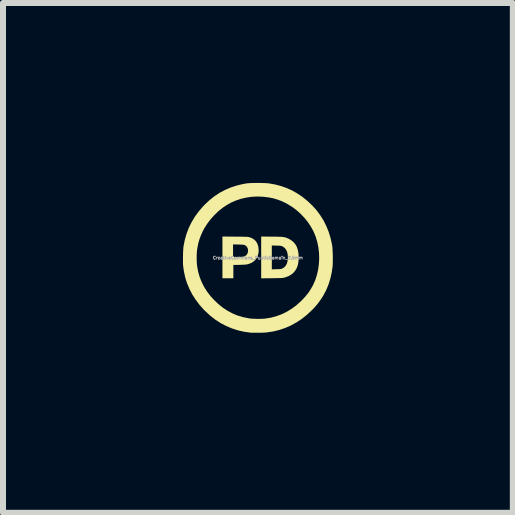
<source format=kicad_pcb>
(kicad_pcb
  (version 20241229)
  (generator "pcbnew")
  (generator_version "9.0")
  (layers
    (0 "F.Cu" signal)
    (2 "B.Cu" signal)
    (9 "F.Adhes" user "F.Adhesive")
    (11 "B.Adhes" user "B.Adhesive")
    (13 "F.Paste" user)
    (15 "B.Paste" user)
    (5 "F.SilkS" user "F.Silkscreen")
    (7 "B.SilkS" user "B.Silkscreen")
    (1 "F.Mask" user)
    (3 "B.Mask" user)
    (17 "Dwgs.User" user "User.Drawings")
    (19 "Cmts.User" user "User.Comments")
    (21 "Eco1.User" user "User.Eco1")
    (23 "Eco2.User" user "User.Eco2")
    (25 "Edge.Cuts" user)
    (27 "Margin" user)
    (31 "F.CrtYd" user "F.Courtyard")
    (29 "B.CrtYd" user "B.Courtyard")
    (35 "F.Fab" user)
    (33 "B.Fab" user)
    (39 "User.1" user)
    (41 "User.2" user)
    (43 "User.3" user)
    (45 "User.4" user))
  (footprint "CreativeCommons_PublicDomain_2.5mm"
    (layer "F.Cu")
    (at 1.249 1.248)
    (property "Reference" "CreativeCommons_PublicDomain_2.5mm" (at 0 0 0) (layer "F.Fab") (effects (font (size 0.05 0.05) (thickness 0.013))))
    (attr board_only exclude_from_pos_files exclude_from_bom)
    (fp_poly (pts (xy -0.381 -0.353) (xy -0.33 -0.353) (xy -0.288 -0.353) (xy -0.253 -0.352) (xy -0.225 -0.351) (xy -0.202 -0.351) (xy -0.184 -0.35) (xy -0.17 -0.349) (xy -0.159 -0.347) (xy -0.15 -0.346) (xy -0.143 -0.344) (xy -0.1 -0.328) (xy -0.065 -0.307) (xy -0.037 -0.28) (xy -0.015 -0.248) (xy 0.001 -0.209) (xy 0.008 -0.18) (xy 0.013 -0.132) (xy 0.011 -0.086) (xy 0.001 -0.043) (xy -0.016 -0.003) (xy -0.04 0.031) (xy -0.07 0.06) (xy -0.104 0.082) (xy -0.125 0.091) (xy -0.144 0.099) (xy -0.164 0.105) (xy -0.185 0.11) (xy -0.21 0.113) (xy -0.24 0.115) (xy -0.276 0.116) (xy -0.303 0.117) (xy -0.409 0.119) (xy -0.409 0.341) (xy -0.591 0.341) (xy -0.591 -0.224) (xy -0.414 -0.224) (xy -0.414 -0.013) (xy -0.326 -0.014) (xy -0.295 -0.015) (xy -0.272 -0.016) (xy -0.255 -0.017) (xy -0.243 -0.018) (xy -0.234 -0.02) (xy -0.226 -0.023) (xy -0.217 -0.027) (xy -0.216 -0.028) (xy -0.194 -0.043) (xy -0.178 -0.064) (xy -0.168 -0.088) (xy -0.164 -0.114) (xy -0.165 -0.141) (xy -0.173 -0.165) (xy -0.186 -0.187) (xy -0.206 -0.205) (xy -0.219 -0.212) (xy -0.228 -0.215) (xy -0.239 -0.217) (xy -0.254 -0.219) (xy -0.274 -0.22) (xy -0.301 -0.221) (xy -0.326 -0.222) (xy -0.414 -0.224) (xy -0.591 -0.224) (xy -0.591 -0.355)) (stroke (width 0) (type solid)) (fill yes) (layer "F.SilkS"))
    (fp_poly (pts (xy 0.233 -0.353) (xy 0.283 -0.353) (xy 0.325 -0.352) (xy 0.36 -0.351) (xy 0.389 -0.35) (xy 0.413 -0.348) (xy 0.434 -0.345) (xy 0.452 -0.341) (xy 0.468 -0.337) (xy 0.484 -0.331) (xy 0.501 -0.323) (xy 0.519 -0.315) (xy 0.522 -0.313) (xy 0.557 -0.292) (xy 0.589 -0.266) (xy 0.617 -0.236) (xy 0.638 -0.204) (xy 0.64 -0.201) (xy 0.656 -0.163) (xy 0.669 -0.118) (xy 0.677 -0.069) (xy 0.68 -0.017) (xy 0.679 0.035) (xy 0.673 0.086) (xy 0.666 0.12) (xy 0.649 0.168) (xy 0.625 0.21) (xy 0.594 0.248) (xy 0.556 0.279) (xy 0.511 0.305) (xy 0.46 0.325) (xy 0.448 0.328) (xy 0.438 0.331) (xy 0.428 0.333) (xy 0.418 0.334) (xy 0.405 0.336) (xy 0.39 0.337) (xy 0.371 0.338) (xy 0.346 0.338) (xy 0.316 0.339) (xy 0.278 0.339) (xy 0.233 0.34) (xy 0.055 0.342) (xy 0.055 -0.205) (xy 0.232 -0.205) (xy 0.232 0.192) (xy 0.308 0.19) (xy 0.337 0.189) (xy 0.358 0.189) (xy 0.374 0.187) (xy 0.386 0.185) (xy 0.396 0.183) (xy 0.406 0.179) (xy 0.407 0.178) (xy 0.438 0.159) (xy 0.462 0.134) (xy 0.481 0.102) (xy 0.493 0.063) (xy 0.499 0.018) (xy 0.5 -0.007) (xy 0.497 -0.055) (xy 0.488 -0.097) (xy 0.472 -0.132) (xy 0.451 -0.161) (xy 0.423 -0.183) (xy 0.407 -0.192) (xy 0.397 -0.196) (xy 0.387 -0.198) (xy 0.375 -0.201) (xy 0.36 -0.202) (xy 0.338 -0.203) (xy 0.31 -0.204) (xy 0.308 -0.204) (xy 0.232 -0.205) (xy 0.055 -0.205) (xy 0.055 -0.355)) (stroke (width 0) (type solid)) (fill yes) (layer "F.SilkS"))
    (fp_poly (pts (xy 0.033 -1.248) (xy 0.074 -1.247) (xy 0.114 -1.246) (xy 0.148 -1.244) (xy 0.177 -1.242) (xy 0.195 -1.239) (xy 0.298 -1.22) (xy 0.394 -1.194) (xy 0.486 -1.161) (xy 0.573 -1.121) (xy 0.656 -1.074) (xy 0.737 -1.02) (xy 0.745 -1.014) (xy 0.831 -0.944) (xy 0.909 -0.87) (xy 0.979 -0.792) (xy 1.041 -0.708) (xy 1.096 -0.62) (xy 1.142 -0.527) (xy 1.181 -0.43) (xy 1.212 -0.329) (xy 1.235 -0.223) (xy 1.239 -0.2) (xy 1.242 -0.175) (xy 1.244 -0.144) (xy 1.246 -0.107) (xy 1.248 -0.066) (xy 1.249 -0.024) (xy 1.249 0.019) (xy 1.249 0.059) (xy 1.248 0.095) (xy 1.247 0.126) (xy 1.246 0.139) (xy 1.231 0.245) (xy 1.208 0.346) (xy 1.178 0.443) (xy 1.14 0.535) (xy 1.094 0.623) (xy 1.057 0.682) (xy 1.027 0.725) (xy 0.999 0.763) (xy 0.97 0.798) (xy 0.938 0.834) (xy 0.901 0.872) (xy 0.898 0.875) (xy 0.816 0.951) (xy 0.732 1.018) (xy 0.644 1.076) (xy 0.552 1.127) (xy 0.458 1.168) (xy 0.359 1.202) (xy 0.258 1.227) (xy 0.152 1.243) (xy 0.152 1.243) (xy 0.131 1.245) (xy 0.103 1.247) (xy 0.07 1.248) (xy 0.034 1.249) (xy -0.002 1.249) (xy -0.038 1.249) (xy -0.072 1.249) (xy -0.1 1.249) (xy -0.122 1.247) (xy -0.127 1.247) (xy -0.233 1.232) (xy -0.336 1.208) (xy -0.434 1.176) (xy -0.529 1.136) (xy -0.621 1.088) (xy -0.709 1.031) (xy -0.793 0.966) (xy -0.873 0.892) (xy -0.899 0.867) (xy -0.972 0.785) (xy -1.036 0.7) (xy -1.093 0.612) (xy -1.14 0.521) (xy -1.18 0.426) (xy -1.211 0.329) (xy -1.233 0.227) (xy -1.246 0.135) (xy -1.248 0.108) (xy -1.249 0.074) (xy -1.249 0.036) (xy -1.249 0.022) (xy -1.02 0.022) (xy -1.019 0.067) (xy -1.016 0.108) (xy -1.012 0.143) (xy -1.012 0.145) (xy -0.994 0.238) (xy -0.969 0.325) (xy -0.935 0.409) (xy -0.894 0.489) (xy -0.845 0.566) (xy -0.787 0.641) (xy -0.734 0.699) (xy -0.662 0.768) (xy -0.587 0.829) (xy -0.508 0.881) (xy -0.427 0.925) (xy -0.341 0.961) (xy -0.252 0.988) (xy -0.159 1.007) (xy -0.133 1.011) (xy -0.103 1.014) (xy -0.066 1.016) (xy -0.025 1.017) (xy 0.018 1.018) (xy 0.059 1.017) (xy 0.098 1.015) (xy 0.13 1.012) (xy 0.135 1.011) (xy 0.228 0.995) (xy 0.317 0.97) (xy 0.403 0.938) (xy 0.485 0.897) (xy 0.565 0.848) (xy 0.642 0.791) (xy 0.716 0.724) (xy 0.734 0.707) (xy 0.794 0.642) (xy 0.847 0.576) (xy 0.891 0.506) (xy 0.923 0.448) (xy 0.958 0.367) (xy 0.985 0.282) (xy 1.005 0.193) (xy 1.017 0.102) (xy 1.022 0.01) (xy 1.019 -0.083) (xy 1.008 -0.175) (xy 0.99 -0.265) (xy 0.963 -0.353) (xy 0.959 -0.364) (xy 0.926 -0.443) (xy 0.884 -0.519) (xy 0.835 -0.593) (xy 0.779 -0.663) (xy 0.717 -0.729) (xy 0.65 -0.79) (xy 0.578 -0.844) (xy 0.502 -0.892) (xy 0.462 -0.914) (xy 0.392 -0.947) (xy 0.321 -0.973) (xy 0.249 -0.994) (xy 0.173 -1.008) (xy 0.091 -1.018) (xy 0.089 -1.018) (xy -0.004 -1.022) (xy -0.097 -1.018) (xy -0.188 -1.005) (xy -0.277 -0.985) (xy -0.362 -0.957) (xy -0.444 -0.922) (xy -0.509 -0.886) (xy -0.585 -0.836) (xy -0.657 -0.778) (xy -0.725 -0.713) (xy -0.788 -0.643) (xy -0.844 -0.569) (xy -0.893 -0.492) (xy -0.921 -0.439) (xy -0.951 -0.371) (xy -0.976 -0.304) (xy -0.995 -0.235) (xy -1.009 -0.162) (xy -1.012 -0.145) (xy -1.016 -0.111) (xy -1.019 -0.07) (xy -1.02 -0.025) (xy -1.02 0.022) (xy -1.249 0.022) (xy -1.249 -0.006) (xy -1.248 -0.048) (xy -1.247 -0.09) (xy -1.245 -0.128) (xy -1.243 -0.162) (xy -1.24 -0.189) (xy -1.239 -0.195) (xy -1.218 -0.3) (xy -1.189 -0.401) (xy -1.152 -0.499) (xy -1.106 -0.593) (xy -1.052 -0.683) (xy -0.989 -0.77) (xy -0.919 -0.852) (xy -0.88 -0.893) (xy -0.801 -0.966) (xy -0.72 -1.03) (xy -0.634 -1.086) (xy -0.545 -1.133) (xy -0.451 -1.173) (xy -0.353 -1.205) (xy -0.25 -1.23) (xy -0.18 -1.242) (xy -0.157 -1.244) (xy -0.127 -1.246) (xy -0.092 -1.247) (xy -0.052 -1.248) (xy -0.01 -1.248)) (stroke (width 0) (type solid)) (fill yes) (layer "F.SilkS")))
  (gr_rect
    (start -3 -3)
    (end 5.499 5.498)
    (stroke (width 0.1) (type default))
    (fill no)
    (layer "Edge.Cuts")))
</source>
